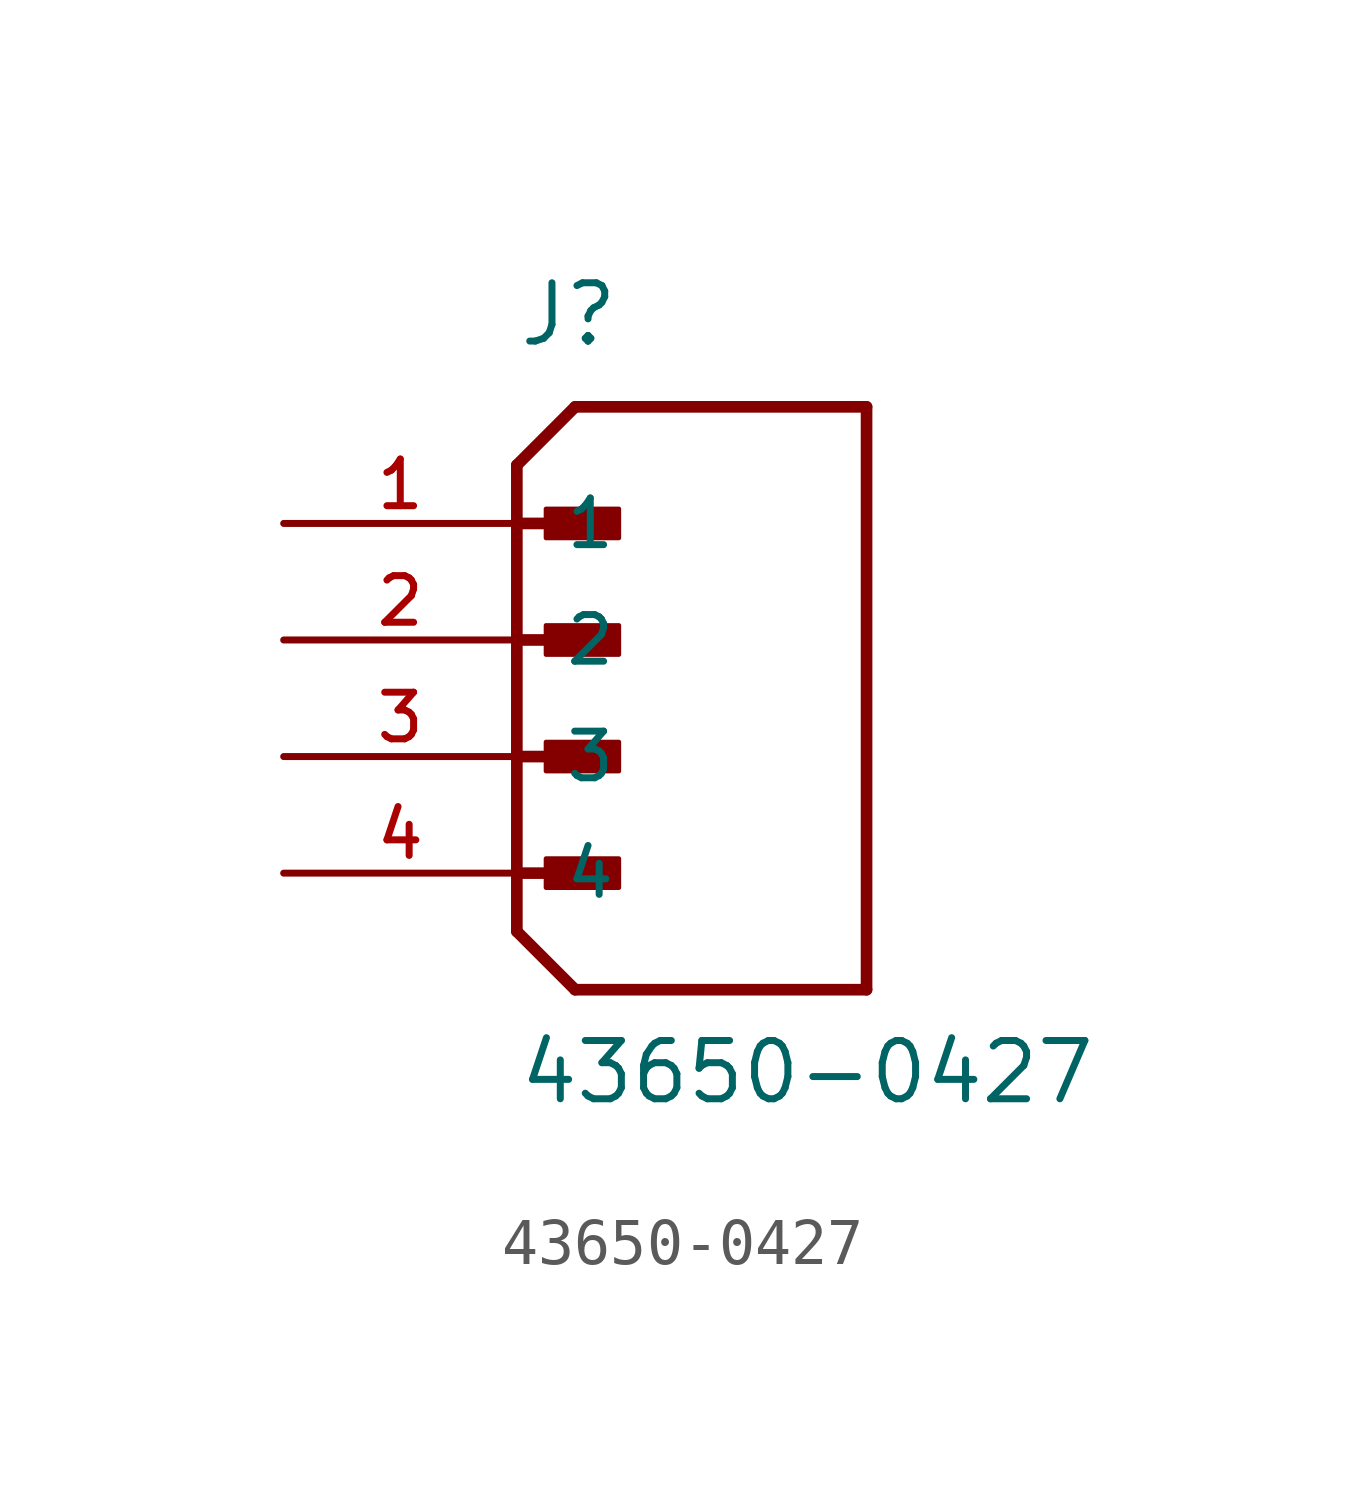
<source format=kicad_sym>
(kicad_symbol_lib
  (version 20220914)
  (generator kicad_symbol_editor)
  (symbol "43650-0427"
    (pin_names
      (offset 1.016))
    (property "Reference" "J"
      (at 0 6.35 0)
      (effects (font (size 1.27 1.27)) (justify left bottom)))
    (property "Value" "43650-0427"
      (at 0 -10.16 0)
      (effects (font (size 1.27 1.27)) (justify left bottom)))
    (symbol "43650-0427_0_0"
      (polyline (pts (xy 0 -6.35) (xy 1.27 -7.62)) (stroke (width 0.254) (type default)) (fill (type none)))
      (polyline (pts (xy 0 -5.08) (xy 1.905 -5.08)) (stroke (width 0.254) (type default)) (fill (type none)))
      (polyline (pts (xy 0 -2.54) (xy 1.905 -2.54)) (stroke (width 0.254) (type default)) (fill (type none)))
      (polyline (pts (xy 0 0) (xy 1.905 0)) (stroke (width 0.254) (type default)) (fill (type none)))
      (polyline (pts (xy 0 2.54) (xy 0 -6.35)) (stroke (width 0.254) (type default)) (fill (type none)))
      (polyline (pts (xy 0 2.54) (xy 1.905 2.54)) (stroke (width 0.254) (type default)) (fill (type none)))
      (polyline (pts (xy 0 3.81) (xy 0 2.54)) (stroke (width 0.254) (type default)) (fill (type none)))
      (polyline (pts (xy 0 3.81) (xy 1.27 5.08)) (stroke (width 0.254) (type default)) (fill (type none)))
      (polyline (pts (xy 1.27 -7.62) (xy 7.62 -7.62)) (stroke (width 0.254) (type default)) (fill (type none)))
      (polyline (pts (xy 7.62 -7.62) (xy 7.62 5.08)) (stroke (width 0.254) (type default)) (fill (type none)))
      (polyline (pts (xy 7.62 5.08) (xy 1.27 5.08)) (stroke (width 0.254) (type default)) (fill (type none)))
      (rectangle (start 0.635 -5.397) (end 2.223 -4.763) (stroke (width 0.1) (type default)) (fill (type outline)))
      (rectangle (start 0.635 -2.857) (end 2.223 -2.223) (stroke (width 0.1) (type default)) (fill (type outline)))
      (rectangle (start 0.635 -0.318) (end 2.223 0.318) (stroke (width 0.1) (type default)) (fill (type outline)))
      (rectangle (start 0.635 2.223) (end 2.223 2.857) (stroke (width 0.1) (type default)) (fill (type outline)))
      (pin passive line (at -5.08 2.54 0) (length 5.08) (name "1" (effects (font (size 1.016 1.016)))) (number "1" (effects (font (size 1.016 1.016)))))
      (pin passive line (at -5.08 0 0) (length 5.08) (name "2" (effects (font (size 1.016 1.016)))) (number "2" (effects (font (size 1.016 1.016)))))
      (pin passive line (at -5.08 -2.54 0) (length 5.08) (name "3" (effects (font (size 1.016 1.016)))) (number "3" (effects (font (size 1.016 1.016)))))
      (pin passive line (at -5.08 -5.08 0) (length 5.08) (name "4" (effects (font (size 1.016 1.016)))) (number "4" (effects (font (size 1.016 1.016))))))))
</source>
